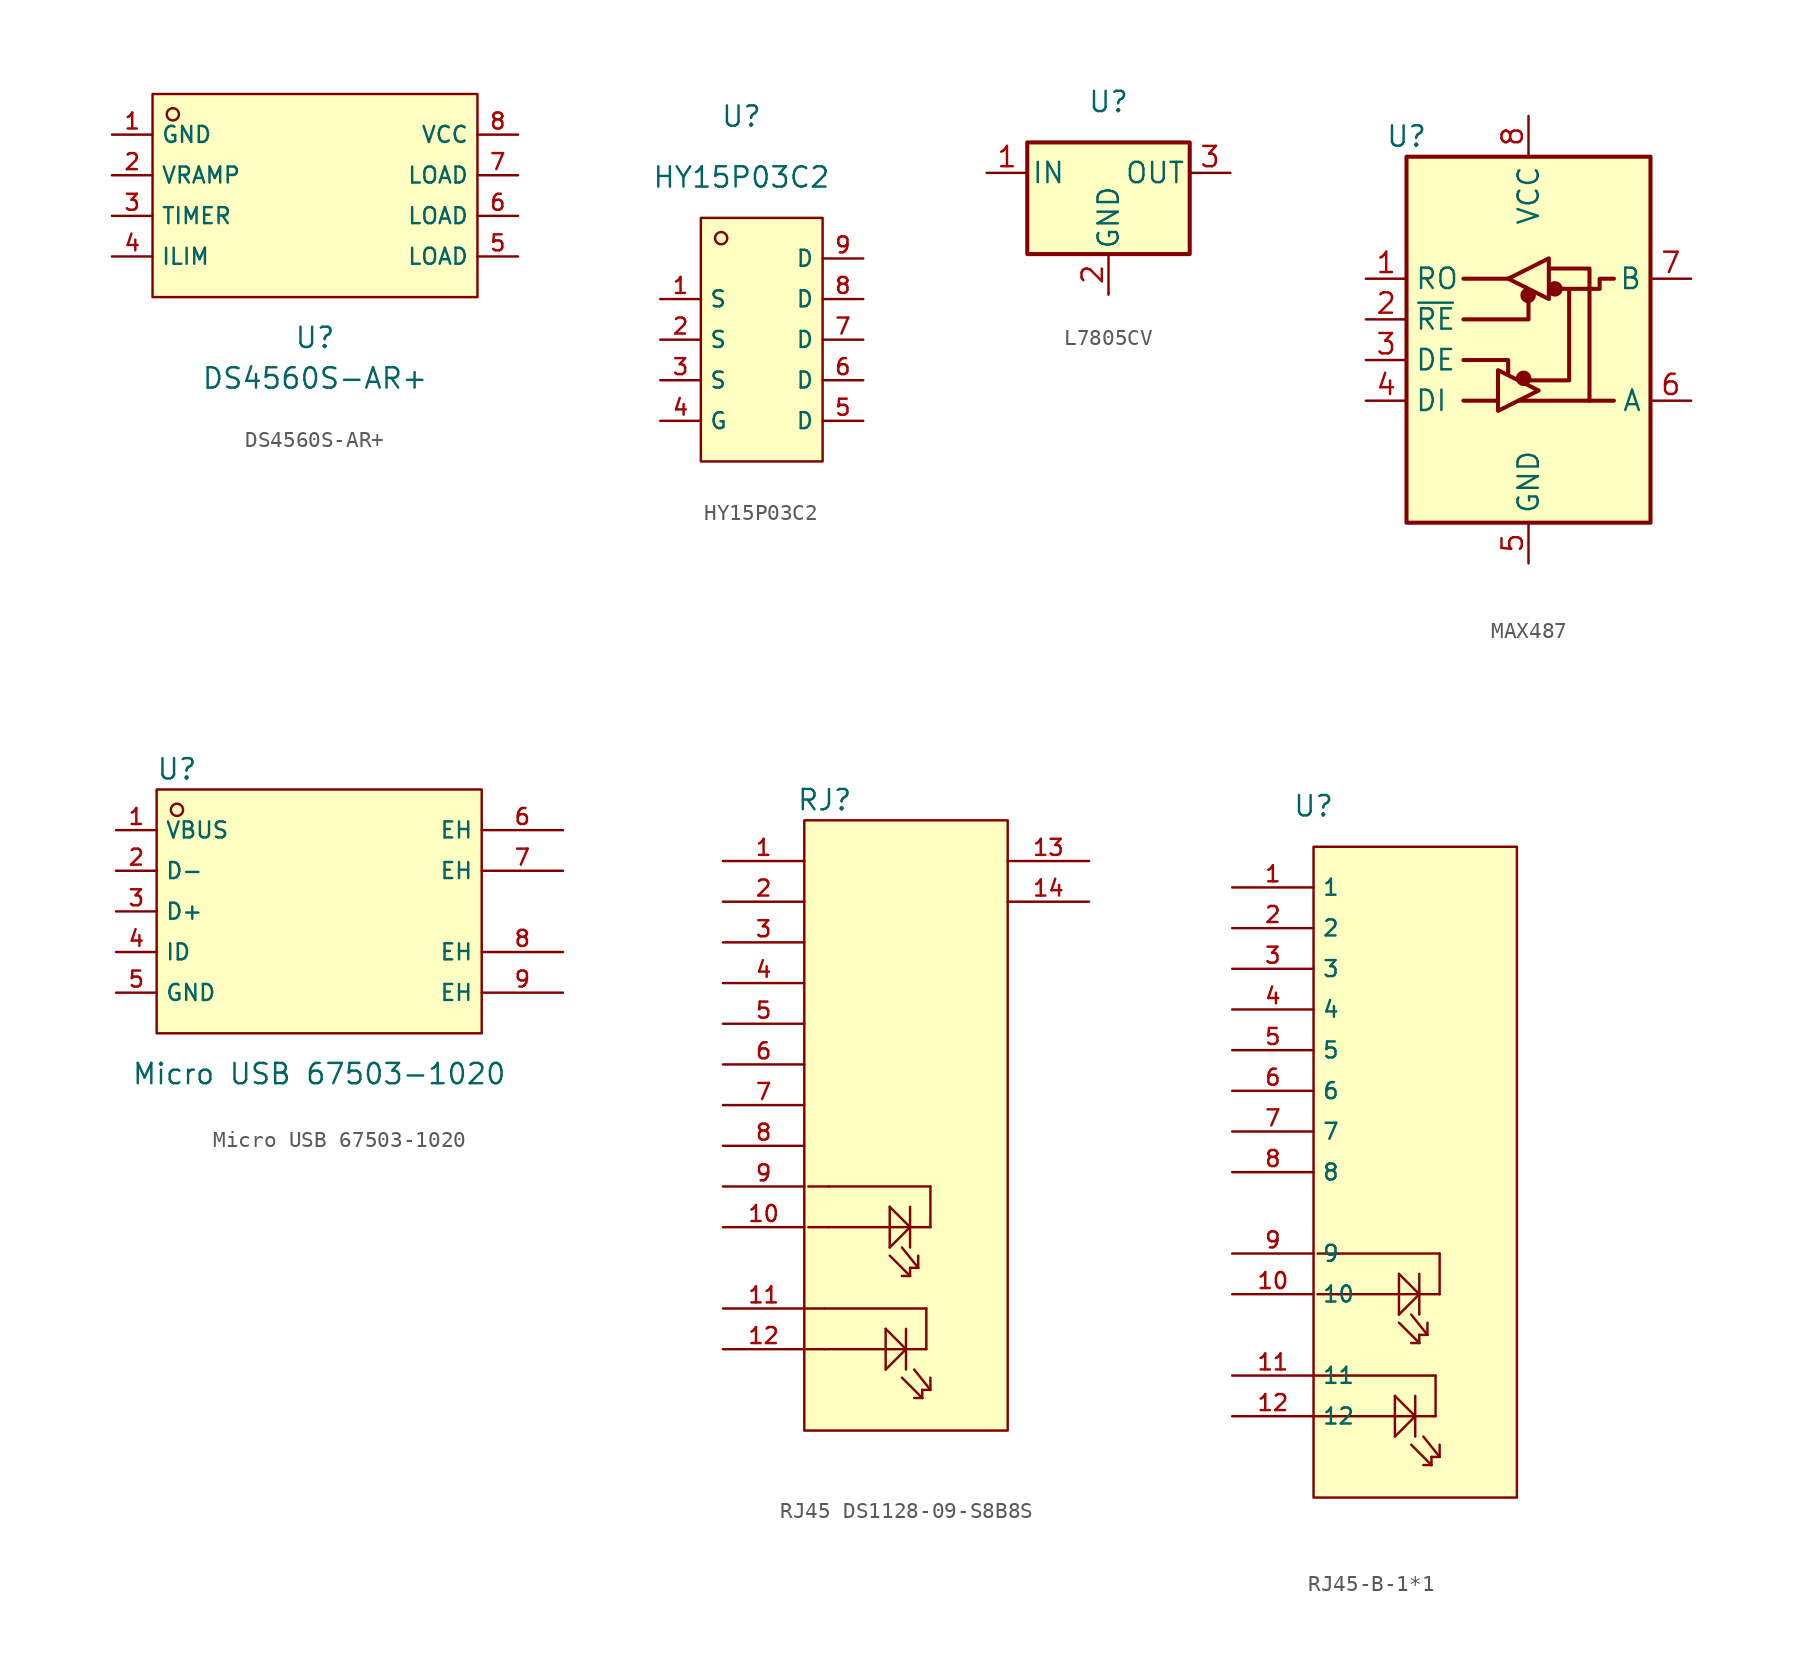
<source format=kicad_sym>
(kicad_symbol_lib
  (version 20211014)
  (generator kicad_symbol_editor)
  (symbol "DS4560S-AR+"
    (property "Reference" "U"
      (at 0 -10.16 0)
      (effects (font (size 1.27 1.27))))
    (property "Value" "DS4560S-AR+"
      (at 0 -12.7 0)
      (effects (font (size 1.27 1.27))))
    (symbol "DS4560S-AR+_0_0"
      (rectangle (start -10.16 5.08) (end 10.16 -7.62) (stroke (width 0) (type default) (color 0 0 0 0)) (fill (type background)))
      (circle (center -8.89 3.81) (radius 0.381) (stroke (width 0) (type default) (color 0 0 0 0)) (fill (type background)))
      (pin unspecified line (at -12.7 2.54 0) (length 2.54) (name "GND" (effects (font (size 1 1)))) (number "1" (effects (font (size 1 1)))))
      (pin unspecified line (at -12.7 0 0) (length 2.54) (name "VRAMP" (effects (font (size 1 1)))) (number "2" (effects (font (size 1 1)))))
      (pin unspecified line (at -12.7 -2.54 0) (length 2.54) (name "TIMER" (effects (font (size 1 1)))) (number "3" (effects (font (size 1 1)))))
      (pin unspecified line (at -12.7 -5.08 0) (length 2.54) (name "ILIM" (effects (font (size 1 1)))) (number "4" (effects (font (size 1 1)))))
      (pin unspecified line (at 12.7 -5.08 180) (length 2.54) (name "LOAD" (effects (font (size 1 1)))) (number "5" (effects (font (size 1 1)))))
      (pin unspecified line (at 12.7 -2.54 180) (length 2.54) (name "LOAD" (effects (font (size 1 1)))) (number "6" (effects (font (size 1 1)))))
      (pin unspecified line (at 12.7 0 180) (length 2.54) (name "LOAD" (effects (font (size 1 1)))) (number "7" (effects (font (size 1 1)))))
      (pin unspecified line (at 12.7 2.54 180) (length 2.54) (name "VCC" (effects (font (size 1 1)))) (number "8" (effects (font (size 1 1)))))))
  (symbol "HY15P03C2"
    (property "Reference" "U"
      (at 0 1.27 0)
      (effects (font (size 1.27 1.27))))
    (property "Value" "HY15P03C2"
      (at 0 -2.54 0)
      (effects (font (size 1.27 1.27))))
    (symbol "HY15P03C2_0_0"
      (rectangle (start -2.54 -5.08) (end 5.08 -20.32) (stroke (width 0) (type default) (color 0 0 0 0)) (fill (type background)))
      (circle (center -1.27 -6.35) (radius 0.381) (stroke (width 0) (type default) (color 0 0 0 0)) (fill (type background)))
      (pin unspecified line (at -5.08 -10.16 0) (length 2.54) (name "S" (effects (font (size 1 1)))) (number "1" (effects (font (size 1 1)))))
      (pin unspecified line (at -5.08 -12.7 0) (length 2.54) (name "S" (effects (font (size 1 1)))) (number "2" (effects (font (size 1 1)))))
      (pin unspecified line (at -5.08 -15.24 0) (length 2.54) (name "S" (effects (font (size 1 1)))) (number "3" (effects (font (size 1 1)))))
      (pin unspecified line (at -5.08 -17.78 0) (length 2.54) (name "G" (effects (font (size 1 1)))) (number "4" (effects (font (size 1 1)))))
      (pin unspecified line (at 7.62 -17.78 180) (length 2.54) (name "D" (effects (font (size 1 1)))) (number "5" (effects (font (size 1 1)))))
      (pin unspecified line (at 7.62 -15.24 180) (length 2.54) (name "D" (effects (font (size 1 1)))) (number "6" (effects (font (size 1 1)))))
      (pin unspecified line (at 7.62 -12.7 180) (length 2.54) (name "D" (effects (font (size 1 1)))) (number "7" (effects (font (size 1 1)))))
      (pin unspecified line (at 7.62 -10.16 180) (length 2.54) (name "D" (effects (font (size 1 1)))) (number "8" (effects (font (size 1 1)))))
      (pin unspecified line (at 7.62 -7.62 180) (length 2.54) (name "D" (effects (font (size 1 1)))) (number "9" (effects (font (size 1 1)))))))
  (symbol "L7805CV"
    (pin_names
      (offset 0.254))
    (property "Reference" "U"
      (at 0 5.715 0)
      (effects (font (size 1.27 1.27))))
    (symbol "L7805CV_0_1"
      (rectangle (start -5.08 3.175) (end 5.08 -3.81) (stroke (width 0.254) (type default) (color 0 0 0 0)) (fill (type background))))
    (symbol "L7805CV_1_1"
      (pin power_in line (at -7.62 1.27 0) (length 2.54) (name "IN" (effects (font (size 1.27 1.27)))) (number "1" (effects (font (size 1.27 1.27)))))
      (pin power_in line (at 0 -6.35 90) (length 2.54) (name "GND" (effects (font (size 1.27 1.27)))) (number "2" (effects (font (size 1.27 1.27)))))
      (pin power_out line (at 7.62 1.27 180) (length 2.54) (name "OUT" (effects (font (size 1.27 1.27)))) (number "3" (effects (font (size 1.27 1.27)))))))
  (symbol "MAX487"
    (property "Reference" "U"
      (at -7.62 12.7 0)
      (effects (font (size 1.27 1.27))))
    (symbol "MAX487_0_1"
      (rectangle (start -7.62 11.43) (end 7.62 -11.43) (stroke (width 0.254) (type default) (color 0 0 0 0)) (fill (type background)))
      (circle (center -0.305 -2.413) (radius 0.356) (stroke (width 0.254) (type default) (color 0 0 0 0)) (fill (type outline)))
      (circle (center -0.025 2.769) (radius 0.356) (stroke (width 0.254) (type default) (color 0 0 0 0)) (fill (type outline)))
      (polyline (pts (xy -4.064 -3.81) (xy -1.905 -3.81)) (stroke (width 0.254) (type default) (color 0 0 0 0)) (fill (type none)))
      (polyline (pts (xy -4.064 3.81) (xy -1.27 3.81)) (stroke (width 0.254) (type default) (color 0 0 0 0)) (fill (type none)))
      (polyline (pts (xy -1.27 -1.93) (xy -1.27 -2.184)) (stroke (width 0.254) (type default) (color 0 0 0 0)) (fill (type none)))
      (polyline (pts (xy -0.635 -3.81) (xy 5.334 -3.81)) (stroke (width 0.254) (type default) (color 0 0 0 0)) (fill (type none)))
      (polyline (pts (xy -4.064 -1.27) (xy -1.27 -1.27) (xy -1.27 -1.905)) (stroke (width 0.254) (type default) (color 0 0 0 0)) (fill (type none)))
      (polyline (pts (xy 0 2.54) (xy 0 1.27) (xy -4.064 1.27)) (stroke (width 0.254) (type default) (color 0 0 0 0)) (fill (type none)))
      (polyline (pts (xy 1.27 4.445) (xy 3.81 4.445) (xy 3.81 -3.81)) (stroke (width 0.254) (type default) (color 0 0 0 0)) (fill (type none)))
      (polyline (pts (xy 2.54 3.175) (xy 2.54 -2.54) (xy 0 -2.54)) (stroke (width 0.254) (type default) (color 0 0 0 0)) (fill (type none)))
      (polyline (pts (xy -1.905 -1.905) (xy -1.905 -4.445) (xy 0.635 -3.175) (xy -1.905 -1.905)) (stroke (width 0.254) (type default) (color 0 0 0 0)) (fill (type none)))
      (polyline (pts (xy -1.27 3.81) (xy 1.27 5.08) (xy 1.27 2.54) (xy -1.27 3.81)) (stroke (width 0.254) (type default) (color 0 0 0 0)) (fill (type none)))
      (polyline (pts (xy 1.905 3.175) (xy 4.445 3.175) (xy 4.445 3.81) (xy 5.334 3.81)) (stroke (width 0.254) (type default) (color 0 0 0 0)) (fill (type none)))
      (rectangle (start 1.27 4.445) (end 1.27 4.445) (stroke (width 0) (type default) (color 0 0 0 0)) (fill (type none)))
      (circle (center 1.651 3.175) (radius 0.356) (stroke (width 0.254) (type default) (color 0 0 0 0)) (fill (type outline))))
    (symbol "MAX487_1_1"
      (pin output line (at -10.16 3.81 0) (length 2.54) (name "RO" (effects (font (size 1.27 1.27)))) (number "1" (effects (font (size 1.27 1.27)))))
      (pin input line (at -10.16 1.27 0) (length 2.54) (name "~{RE}" (effects (font (size 1.27 1.27)))) (number "2" (effects (font (size 1.27 1.27)))))
      (pin input line (at -10.16 -1.27 0) (length 2.54) (name "DE" (effects (font (size 1.27 1.27)))) (number "3" (effects (font (size 1.27 1.27)))))
      (pin input line (at -10.16 -3.81 0) (length 2.54) (name "DI" (effects (font (size 1.27 1.27)))) (number "4" (effects (font (size 1.27 1.27)))))
      (pin power_in line (at 0 -13.97 90) (length 2.54) (name "GND" (effects (font (size 1.27 1.27)))) (number "5" (effects (font (size 1.27 1.27)))))
      (pin bidirectional line (at 10.16 -3.81 180) (length 2.54) (name "A" (effects (font (size 1.27 1.27)))) (number "6" (effects (font (size 1.27 1.27)))))
      (pin bidirectional line (at 10.16 3.81 180) (length 2.54) (name "B" (effects (font (size 1.27 1.27)))) (number "7" (effects (font (size 1.27 1.27)))))
      (pin power_in line (at 0 13.97 270) (length 2.54) (name "VCC" (effects (font (size 1.27 1.27)))) (number "8" (effects (font (size 1.27 1.27)))))))
  (symbol "Micro USB 67503-1020"
    (property "Reference" "U"
      (at -8.89 8.89 0)
      (effects (font (size 1.27 1.27))))
    (property "Value" "Micro USB 67503-1020"
      (at 0 -10.16 0)
      (effects (font (size 1.27 1.27))))
    (symbol "Micro USB 67503-1020_0_0"
      (rectangle (start -10.16 7.62) (end 10.16 -7.62) (stroke (width 0) (type default) (color 0 0 0 0)) (fill (type background)))
      (circle (center -8.89 6.35) (radius 0.381) (stroke (width 0) (type default) (color 0 0 0 0)) (fill (type background)))
      (pin power_in line (at -12.7 5.08 0) (length 2.54) (name "VBUS" (effects (font (size 1 1)))) (number "1" (effects (font (size 1 1)))))
      (pin input line (at -12.7 2.54 0) (length 2.54) (name "D-" (effects (font (size 1 1)))) (number "2" (effects (font (size 1 1)))))
      (pin input line (at -12.7 0 0) (length 2.54) (name "D+" (effects (font (size 1 1)))) (number "3" (effects (font (size 1 1)))))
      (pin input line (at -12.7 -2.54 0) (length 2.54) (name "ID" (effects (font (size 1 1)))) (number "4" (effects (font (size 1 1)))))
      (pin power_in line (at -12.7 -5.08 0) (length 2.54) (name "GND" (effects (font (size 1 1)))) (number "5" (effects (font (size 1 1)))))
      (pin passive line (at 15.24 5.08 180) (length 5.08) (name "EH" (effects (font (size 1 1)))) (number "6" (effects (font (size 1 1)))))
      (pin passive line (at 15.24 2.54 180) (length 5.08) (name "EH" (effects (font (size 1 1)))) (number "7" (effects (font (size 1 1)))))
      (pin passive line (at 15.24 -2.54 180) (length 5.08) (name "EH" (effects (font (size 1 1)))) (number "8" (effects (font (size 1 1)))))
      (pin passive line (at 15.24 -5.08 180) (length 5.08) (name "EH" (effects (font (size 1 1)))) (number "9" (effects (font (size 1 1)))))))
  (symbol "RJ45 DS1128-09-S8B8S"
    (pin_names hide)
    (property "Reference" "RJ"
      (at -5.08 19.05 0)
      (effects (font (size 1.27 1.27))))
    (symbol "RJ45 DS1128-09-S8B8S_0_0"
      (rectangle (start -6.35 17.78) (end 6.35 -20.32) (stroke (width 0) (type default) (color 0 0 0 0)) (fill (type background)))
      (polyline (pts (xy -6.35 -15.24) (xy -5.08 -15.24)) (stroke (width 0) (type default) (color 0 0 0 0)) (fill (type none)))
      (polyline (pts (xy -6.35 -12.7) (xy -5.08 -12.7)) (stroke (width 0) (type default) (color 0 0 0 0)) (fill (type none)))
      (polyline (pts (xy -6.096 -7.62) (xy -4.826 -7.62)) (stroke (width 0) (type default) (color 0 0 0 0)) (fill (type none)))
      (polyline (pts (xy -6.096 -5.08) (xy -4.826 -5.08)) (stroke (width 0) (type default) (color 0 0 0 0)) (fill (type none)))
      (polyline (pts (xy -5.08 -15.24) (xy 1.27 -15.24)) (stroke (width 0) (type default) (color 0 0 0 0)) (fill (type none)))
      (polyline (pts (xy -4.826 -7.62) (xy 1.524 -7.62)) (stroke (width 0) (type default) (color 0 0 0 0)) (fill (type none)))
      (polyline (pts (xy -1.27 -16.51) (xy 0 -15.24)) (stroke (width 0) (type default) (color 0 0 0 0)) (fill (type none)))
      (polyline (pts (xy -1.27 -13.97) (xy -1.27 -16.51)) (stroke (width 0) (type default) (color 0 0 0 0)) (fill (type none)))
      (polyline (pts (xy -1.016 -9.398) (xy 0.254 -10.668)) (stroke (width 0) (type default) (color 0 0 0 0)) (fill (type none)))
      (polyline (pts (xy -1.016 -8.89) (xy 0.254 -7.62)) (stroke (width 0) (type default) (color 0 0 0 0)) (fill (type none)))
      (polyline (pts (xy -1.016 -6.35) (xy -1.016 -8.89)) (stroke (width 0) (type default) (color 0 0 0 0)) (fill (type none)))
      (polyline (pts (xy -0.254 -17.018) (xy 1.016 -18.288)) (stroke (width 0) (type default) (color 0 0 0 0)) (fill (type none)))
      (polyline (pts (xy -0.254 -8.89) (xy 0.762 -10.16)) (stroke (width 0) (type default) (color 0 0 0 0)) (fill (type none)))
      (polyline (pts (xy 0 -15.24) (xy -1.27 -13.97)) (stroke (width 0) (type default) (color 0 0 0 0)) (fill (type none)))
      (polyline (pts (xy 0 -13.97) (xy 0 -16.51)) (stroke (width 0) (type default) (color 0 0 0 0)) (fill (type none)))
      (polyline (pts (xy 0.254 -10.668) (xy -0.254 -10.668)) (stroke (width 0) (type default) (color 0 0 0 0)) (fill (type none)))
      (polyline (pts (xy 0.254 -10.668) (xy 0.254 -10.16)) (stroke (width 0) (type default) (color 0 0 0 0)) (fill (type none)))
      (polyline (pts (xy 0.254 -7.62) (xy -1.016 -6.35)) (stroke (width 0) (type default) (color 0 0 0 0)) (fill (type none)))
      (polyline (pts (xy 0.254 -6.35) (xy 0.254 -8.89)) (stroke (width 0) (type default) (color 0 0 0 0)) (fill (type none)))
      (polyline (pts (xy 0.508 -16.51) (xy 1.524 -17.78)) (stroke (width 0) (type default) (color 0 0 0 0)) (fill (type none)))
      (polyline (pts (xy 0.762 -10.16) (xy 0.254 -10.16)) (stroke (width 0) (type default) (color 0 0 0 0)) (fill (type none)))
      (polyline (pts (xy 0.762 -10.16) (xy 0.762 -9.398)) (stroke (width 0) (type default) (color 0 0 0 0)) (fill (type none)))
      (polyline (pts (xy 1.016 -18.288) (xy 0.508 -18.288)) (stroke (width 0) (type default) (color 0 0 0 0)) (fill (type none)))
      (polyline (pts (xy 1.016 -18.288) (xy 1.016 -17.78)) (stroke (width 0) (type default) (color 0 0 0 0)) (fill (type none)))
      (polyline (pts (xy 1.27 -15.24) (xy 1.27 -12.7)) (stroke (width 0) (type default) (color 0 0 0 0)) (fill (type none)))
      (polyline (pts (xy 1.27 -12.7) (xy -5.08 -12.7)) (stroke (width 0) (type default) (color 0 0 0 0)) (fill (type none)))
      (polyline (pts (xy 1.524 -17.78) (xy 1.016 -17.78)) (stroke (width 0) (type default) (color 0 0 0 0)) (fill (type none)))
      (polyline (pts (xy 1.524 -17.78) (xy 1.524 -17.018)) (stroke (width 0) (type default) (color 0 0 0 0)) (fill (type none)))
      (polyline (pts (xy 1.524 -7.62) (xy 1.524 -5.08)) (stroke (width 0) (type default) (color 0 0 0 0)) (fill (type none)))
      (polyline (pts (xy 1.524 -5.08) (xy -4.826 -5.08)) (stroke (width 0) (type default) (color 0 0 0 0)) (fill (type none)))
      (pin bidirectional line (at -11.43 15.24 0) (length 5.08) (name "1" (effects (font (size 1 1)))) (number "1" (effects (font (size 1 1)))))
      (pin power_in line (at -11.43 -7.62 0) (length 5.08) (name "10" (effects (font (size 1 1)))) (number "10" (effects (font (size 1 1)))))
      (pin power_in line (at -11.43 -12.7 0) (length 5.08) (name "11" (effects (font (size 1 1)))) (number "11" (effects (font (size 1 1)))))
      (pin power_in line (at -11.43 -15.24 0) (length 5.08) (name "12" (effects (font (size 1 1)))) (number "12" (effects (font (size 1 1)))))
      (pin passive line (at 11.43 15.24 180) (length 5.08) (name "13" (effects (font (size 1 1)))) (number "13" (effects (font (size 1 1)))))
      (pin passive line (at 11.43 12.7 180) (length 5.08) (name "14" (effects (font (size 1 1)))) (number "14" (effects (font (size 1 1)))))
      (pin bidirectional line (at -11.43 12.7 0) (length 5.08) (name "2" (effects (font (size 1 1)))) (number "2" (effects (font (size 1 1)))))
      (pin bidirectional line (at -11.43 10.16 0) (length 5.08) (name "3" (effects (font (size 1 1)))) (number "3" (effects (font (size 1 1)))))
      (pin bidirectional line (at -11.43 7.62 0) (length 5.08) (name "4" (effects (font (size 1 1)))) (number "4" (effects (font (size 1 1)))))
      (pin bidirectional line (at -11.43 5.08 0) (length 5.08) (name "5" (effects (font (size 1 1)))) (number "5" (effects (font (size 1 1)))))
      (pin bidirectional line (at -11.43 2.54 0) (length 5.08) (name "6" (effects (font (size 1 1)))) (number "6" (effects (font (size 1 1)))))
      (pin bidirectional line (at -11.43 0 0) (length 5.08) (name "7" (effects (font (size 1 1)))) (number "7" (effects (font (size 1 1)))))
      (pin bidirectional line (at -11.43 -2.54 0) (length 5.08) (name "8" (effects (font (size 1 1)))) (number "8" (effects (font (size 1 1)))))
      (pin power_in line (at -11.43 -5.08 0) (length 5.08) (name "9" (effects (font (size 1 1)))) (number "9" (effects (font (size 1 1)))))))
  (symbol "RJ45-B-1*1"
    (property "Reference" "U"
      (at -6.35 22.86 0)
      (effects (font (size 1.27 1.27))))
    (symbol "RJ45-B-1*1_1_0"
      (rectangle (start -6.35 20.32) (end 6.35 -20.32) (stroke (width 0) (type default) (color 0 0 0 0)) (fill (type background)))
      (polyline (pts (xy -6.35 -15.24) (xy -5.08 -15.24)) (stroke (width 0) (type default) (color 0 0 0 0)) (fill (type none)))
      (polyline (pts (xy -6.35 -12.7) (xy -5.08 -12.7)) (stroke (width 0) (type default) (color 0 0 0 0)) (fill (type none)))
      (polyline (pts (xy -6.096 -7.62) (xy -4.826 -7.62)) (stroke (width 0) (type default) (color 0 0 0 0)) (fill (type none)))
      (polyline (pts (xy -6.096 -5.08) (xy -4.826 -5.08)) (stroke (width 0) (type default) (color 0 0 0 0)) (fill (type none)))
      (polyline (pts (xy -5.08 -15.24) (xy 1.27 -15.24)) (stroke (width 0) (type default) (color 0 0 0 0)) (fill (type none)))
      (polyline (pts (xy -4.826 -7.62) (xy 1.524 -7.62)) (stroke (width 0) (type default) (color 0 0 0 0)) (fill (type none)))
      (polyline (pts (xy -1.27 -16.51) (xy 0 -15.24)) (stroke (width 0) (type default) (color 0 0 0 0)) (fill (type none)))
      (polyline (pts (xy -1.27 -13.97) (xy -1.27 -16.51)) (stroke (width 0) (type default) (color 0 0 0 0)) (fill (type none)))
      (polyline (pts (xy -1.016 -9.398) (xy 0.254 -10.668)) (stroke (width 0) (type default) (color 0 0 0 0)) (fill (type none)))
      (polyline (pts (xy -1.016 -8.89) (xy 0.254 -7.62)) (stroke (width 0) (type default) (color 0 0 0 0)) (fill (type none)))
      (polyline (pts (xy -1.016 -6.35) (xy -1.016 -8.89)) (stroke (width 0) (type default) (color 0 0 0 0)) (fill (type none)))
      (polyline (pts (xy -0.254 -17.018) (xy 1.016 -18.288)) (stroke (width 0) (type default) (color 0 0 0 0)) (fill (type none)))
      (polyline (pts (xy -0.254 -8.89) (xy 0.762 -10.16)) (stroke (width 0) (type default) (color 0 0 0 0)) (fill (type none)))
      (polyline (pts (xy 0 -15.24) (xy -1.27 -13.97)) (stroke (width 0) (type default) (color 0 0 0 0)) (fill (type none)))
      (polyline (pts (xy 0 -13.97) (xy 0 -16.51)) (stroke (width 0) (type default) (color 0 0 0 0)) (fill (type none)))
      (polyline (pts (xy 0.254 -10.668) (xy -0.254 -10.668)) (stroke (width 0) (type default) (color 0 0 0 0)) (fill (type none)))
      (polyline (pts (xy 0.254 -10.668) (xy 0.254 -10.16)) (stroke (width 0) (type default) (color 0 0 0 0)) (fill (type none)))
      (polyline (pts (xy 0.254 -7.62) (xy -1.016 -6.35)) (stroke (width 0) (type default) (color 0 0 0 0)) (fill (type none)))
      (polyline (pts (xy 0.254 -6.35) (xy 0.254 -8.89)) (stroke (width 0) (type default) (color 0 0 0 0)) (fill (type none)))
      (polyline (pts (xy 0.508 -16.51) (xy 1.524 -17.78)) (stroke (width 0) (type default) (color 0 0 0 0)) (fill (type none)))
      (polyline (pts (xy 0.762 -10.16) (xy 0.254 -10.16)) (stroke (width 0) (type default) (color 0 0 0 0)) (fill (type none)))
      (polyline (pts (xy 0.762 -10.16) (xy 0.762 -9.398)) (stroke (width 0) (type default) (color 0 0 0 0)) (fill (type none)))
      (polyline (pts (xy 1.016 -18.288) (xy 0.508 -18.288)) (stroke (width 0) (type default) (color 0 0 0 0)) (fill (type none)))
      (polyline (pts (xy 1.016 -18.288) (xy 1.016 -17.78)) (stroke (width 0) (type default) (color 0 0 0 0)) (fill (type none)))
      (polyline (pts (xy 1.27 -15.24) (xy 1.27 -12.7)) (stroke (width 0) (type default) (color 0 0 0 0)) (fill (type none)))
      (polyline (pts (xy 1.27 -12.7) (xy -5.08 -12.7)) (stroke (width 0) (type default) (color 0 0 0 0)) (fill (type none)))
      (polyline (pts (xy 1.524 -17.78) (xy 1.016 -17.78)) (stroke (width 0) (type default) (color 0 0 0 0)) (fill (type none)))
      (polyline (pts (xy 1.524 -17.78) (xy 1.524 -17.018)) (stroke (width 0) (type default) (color 0 0 0 0)) (fill (type none)))
      (polyline (pts (xy 1.524 -7.62) (xy 1.524 -5.08)) (stroke (width 0) (type default) (color 0 0 0 0)) (fill (type none)))
      (polyline (pts (xy 1.524 -5.08) (xy -4.826 -5.08)) (stroke (width 0) (type default) (color 0 0 0 0)) (fill (type none)))
      (pin bidirectional line (at -11.43 17.78 0) (length 5.08) (name "1" (effects (font (size 1 1)))) (number "1" (effects (font (size 1 1)))))
      (pin power_in line (at -11.43 -7.62 0) (length 5.08) (name "10" (effects (font (size 1 1)))) (number "10" (effects (font (size 1 1)))))
      (pin power_in line (at -11.43 -12.7 0) (length 5.08) (name "11" (effects (font (size 1 1)))) (number "11" (effects (font (size 1 1)))))
      (pin power_in line (at -11.43 -15.24 0) (length 5.08) (name "12" (effects (font (size 1 1)))) (number "12" (effects (font (size 1 1)))))
      (pin bidirectional line (at -11.43 15.24 0) (length 5.08) (name "2" (effects (font (size 1 1)))) (number "2" (effects (font (size 1 1)))))
      (pin bidirectional line (at -11.43 12.7 0) (length 5.08) (name "3" (effects (font (size 1 1)))) (number "3" (effects (font (size 1 1)))))
      (pin bidirectional line (at -11.43 10.16 0) (length 5.08) (name "4" (effects (font (size 1 1)))) (number "4" (effects (font (size 1 1)))))
      (pin bidirectional line (at -11.43 7.62 0) (length 5.08) (name "5" (effects (font (size 1 1)))) (number "5" (effects (font (size 1 1)))))
      (pin bidirectional line (at -11.43 5.08 0) (length 5.08) (name "6" (effects (font (size 1 1)))) (number "6" (effects (font (size 1 1)))))
      (pin bidirectional line (at -11.43 2.54 0) (length 5.08) (name "7" (effects (font (size 1 1)))) (number "7" (effects (font (size 1 1)))))
      (pin bidirectional line (at -11.43 0 0) (length 5.08) (name "8" (effects (font (size 1 1)))) (number "8" (effects (font (size 1 1)))))
      (pin power_in line (at -11.43 -5.08 0) (length 5.08) (name "9" (effects (font (size 1 1)))) (number "9" (effects (font (size 1 1))))))))
</source>
